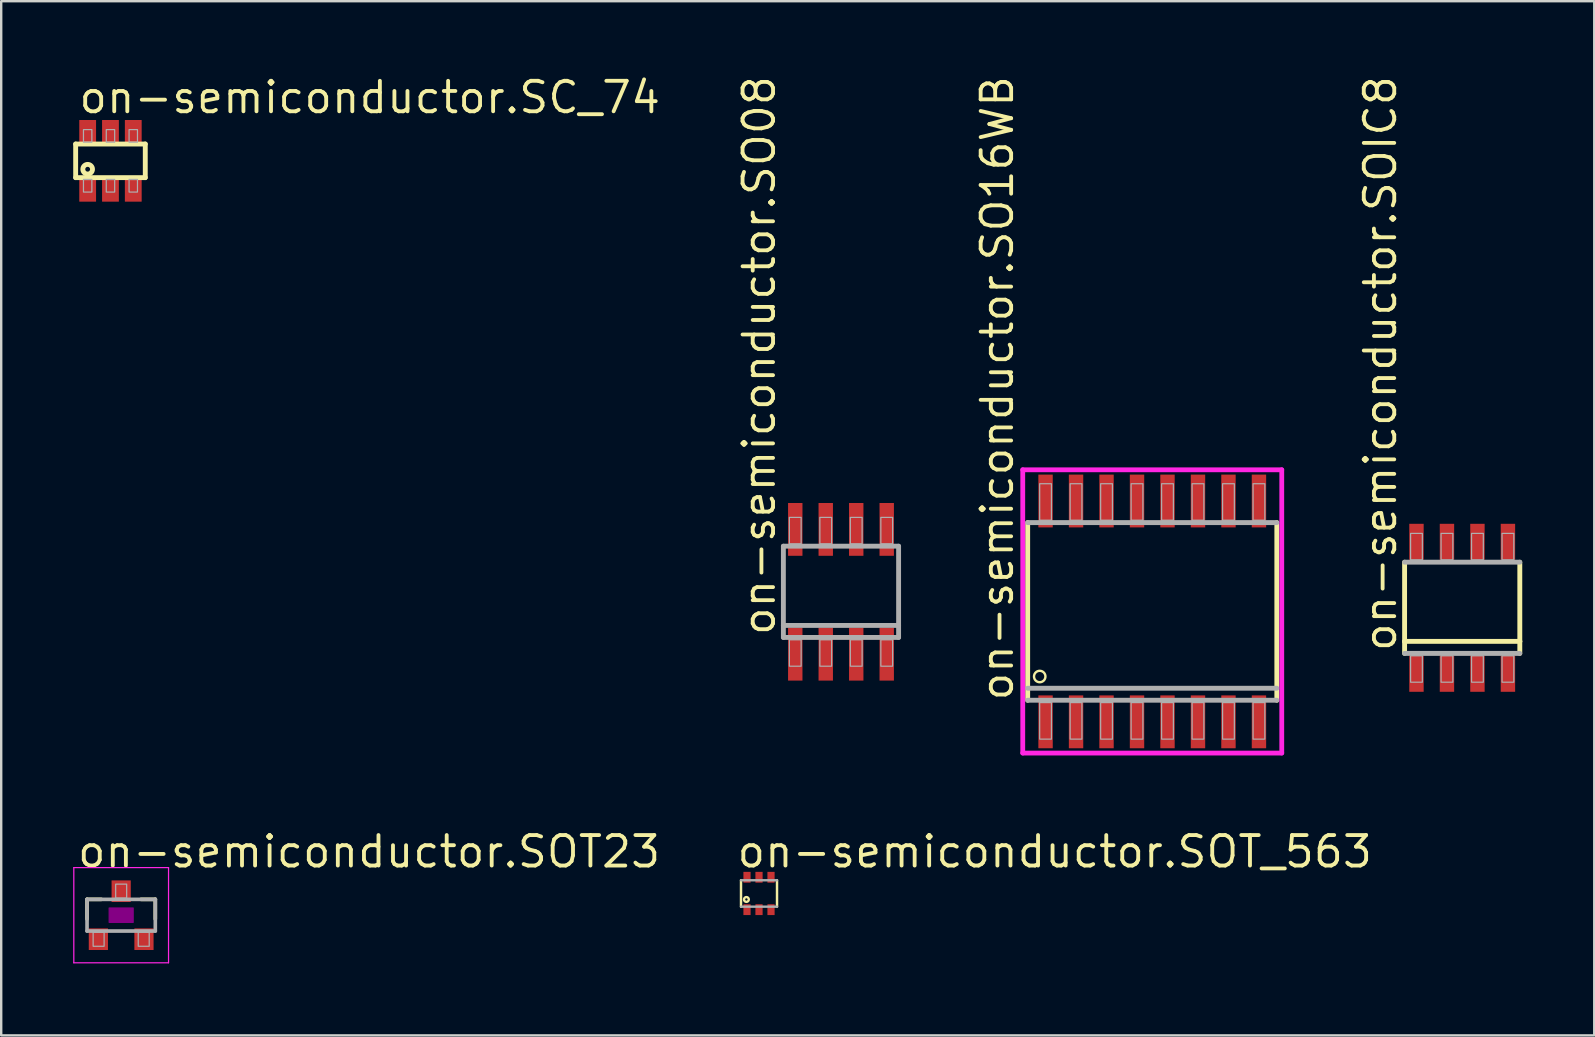
<source format=kicad_pcb>
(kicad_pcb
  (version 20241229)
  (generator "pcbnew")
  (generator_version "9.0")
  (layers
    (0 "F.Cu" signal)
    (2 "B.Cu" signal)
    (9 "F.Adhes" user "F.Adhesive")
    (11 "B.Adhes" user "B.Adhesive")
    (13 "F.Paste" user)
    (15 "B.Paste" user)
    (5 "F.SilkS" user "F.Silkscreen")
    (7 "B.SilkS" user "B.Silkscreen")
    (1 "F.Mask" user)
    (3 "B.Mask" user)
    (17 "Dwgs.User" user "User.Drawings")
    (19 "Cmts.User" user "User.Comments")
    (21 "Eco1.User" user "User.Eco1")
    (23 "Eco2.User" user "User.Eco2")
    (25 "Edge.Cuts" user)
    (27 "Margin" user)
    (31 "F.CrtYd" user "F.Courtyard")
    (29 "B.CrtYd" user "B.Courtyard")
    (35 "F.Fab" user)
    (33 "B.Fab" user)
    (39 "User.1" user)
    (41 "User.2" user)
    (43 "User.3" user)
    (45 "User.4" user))
  (footprint "on-semiconductor.SOIC8"
    (layer "F.Cu")
    (at 57.864 22.27)
    (property "Reference" "on-semiconductor.SOIC8" (at -2.667 1.905 90) (layer "F.SilkS") (effects (font (size 1.27 1.27) (thickness 0.16)) (justify left bottom)))
    (attr smd)
    (fp_line (start -2.4 1.4) (end -2.4 -1.9) (stroke (width 0.203) (type default)) (layer "F.SilkS"))
    (fp_line (start -2.4 1.9) (end -2.4 1.4) (stroke (width 0.203) (type default)) (layer "F.SilkS"))
    (fp_line (start 2.4 -1.9) (end 2.4 1.4) (stroke (width 0.203) (type default)) (layer "F.SilkS"))
    (fp_line (start 2.4 1.4) (end -2.4 1.4) (stroke (width 0.203) (type default)) (layer "F.SilkS"))
    (fp_line (start 2.4 1.4) (end 2.4 1.9) (stroke (width 0.203) (type default)) (layer "F.SilkS"))
    (fp_line (start -2.4 -1.9) (end 2.4 -1.9) (stroke (width 0.203) (type default)) (layer "F.Fab"))
    (fp_line (start 2.4 1.9) (end -2.4 1.9) (stroke (width 0.203) (type default)) (layer "F.Fab"))
    (fp_rect (start -2.15 -2) (end -1.66 -3.1) (stroke (width 0.05) (type default)) (fill no) (layer "F.Fab"))
    (fp_rect (start -2.15 3.1) (end -1.66 2) (stroke (width 0.05) (type default)) (fill no) (layer "F.Fab"))
    (fp_rect (start -0.88 -2) (end -0.39 -3.1) (stroke (width 0.05) (type default)) (fill no) (layer "F.Fab"))
    (fp_rect (start -0.88 3.1) (end -0.39 2) (stroke (width 0.05) (type default)) (fill no) (layer "F.Fab"))
    (fp_rect (start 0.39 -2) (end 0.88 -3.1) (stroke (width 0.05) (type default)) (fill no) (layer "F.Fab"))
    (fp_rect (start 0.39 3.1) (end 0.88 2) (stroke (width 0.05) (type default)) (fill no) (layer "F.Fab"))
    (fp_rect (start 1.66 -2) (end 2.15 -3.1) (stroke (width 0.05) (type default)) (fill no) (layer "F.Fab"))
    (fp_rect (start 1.66 3.1) (end 2.15 2) (stroke (width 0.05) (type default)) (fill no) (layer "F.Fab"))
    (pad "1" smd roundrect (at -1.905 2.75) (size 0.6 1.5) (layers "F.Cu" "F.Mask" "F.Paste") (roundrect_rratio 0.01))
    (pad "2" smd roundrect (at -0.635 2.75) (size 0.6 1.5) (layers "F.Cu" "F.Mask" "F.Paste") (roundrect_rratio 0.01))
    (pad "3" smd roundrect (at 0.635 2.75) (size 0.6 1.5) (layers "F.Cu" "F.Mask" "F.Paste") (roundrect_rratio 0.01))
    (pad "4" smd roundrect (at 1.905 2.75) (size 0.6 1.5) (layers "F.Cu" "F.Mask" "F.Paste") (roundrect_rratio 0.01))
    (pad "5" smd roundrect (at 1.905 -2.75) (size 0.6 1.5) (layers "F.Cu" "F.Mask" "F.Paste") (roundrect_rratio 0.01))
    (pad "6" smd roundrect (at 0.635 -2.75) (size 0.6 1.5) (layers "F.Cu" "F.Mask" "F.Paste") (roundrect_rratio 0.01))
    (pad "7" smd roundrect (at -0.635 -2.75) (size 0.6 1.5) (layers "F.Cu" "F.Mask" "F.Paste") (roundrect_rratio 0.01))
    (pad "8" smd roundrect (at -1.905 -2.75) (size 0.6 1.5) (layers "F.Cu" "F.Mask" "F.Paste") (roundrect_rratio 0.01)))
  (footprint "on-semiconductor.SC_74"
    (layer "F.Cu")
    (at 1.552 3.65)
    (property "Reference" "on-semiconductor.SC_74" (at -1.4 -1.9 0) (layer "F.SilkS") (effects (font (size 1.27 1.27) (thickness 0.16)) (justify left bottom)))
    (attr smd)
    (fp_line (start -1.45 -0.7) (end -1.45 0.7) (stroke (width 0.203) (type default)) (layer "F.SilkS"))
    (fp_line (start -1.45 0.7) (end 1.45 0.7) (stroke (width 0.203) (type default)) (layer "F.SilkS"))
    (fp_line (start 1.45 -0.7) (end -1.45 -0.7) (stroke (width 0.203) (type default)) (layer "F.SilkS"))
    (fp_line (start 1.45 0.7) (end 1.45 -0.7) (stroke (width 0.203) (type default)) (layer "F.SilkS"))
    (fp_circle (center -0.95 0.35) (end -0.85 0.35) (stroke (width 0.203) (type default)) (fill no) (layer "F.SilkS"))
    (fp_rect (start -1.125 -0.775) (end -0.775 -1.3) (stroke (width 0.05) (type default)) (fill no) (layer "F.Fab"))
    (fp_rect (start -1.125 1.3) (end -0.775 0.775) (stroke (width 0.05) (type default)) (fill no) (layer "F.Fab"))
    (fp_rect (start -0.175 -0.775) (end 0.175 -1.3) (stroke (width 0.05) (type default)) (fill no) (layer "F.Fab"))
    (fp_rect (start -0.175 1.3) (end 0.175 0.775) (stroke (width 0.05) (type default)) (fill no) (layer "F.Fab"))
    (fp_rect (start 0.775 -0.775) (end 1.125 -1.3) (stroke (width 0.05) (type default)) (fill no) (layer "F.Fab"))
    (fp_rect (start 0.775 1.3) (end 1.125 0.775) (stroke (width 0.05) (type default)) (fill no) (layer "F.Fab"))
    (pad "1" smd roundrect (at -0.95 1.2) (size 0.7 1) (layers "F.Cu" "F.Mask" "F.Paste") (roundrect_rratio 0.01))
    (pad "2" smd roundrect (at 0 1.2) (size 0.7 1) (layers "F.Cu" "F.Mask" "F.Paste") (roundrect_rratio 0.01))
    (pad "3" smd roundrect (at 0.95 1.2) (size 0.7 1) (layers "F.Cu" "F.Mask" "F.Paste") (roundrect_rratio 0.01))
    (pad "4" smd roundrect (at 0.95 -1.2) (size 0.7 1) (layers "F.Cu" "F.Mask" "F.Paste") (roundrect_rratio 0.01))
    (pad "5" smd roundrect (at 0 -1.2) (size 0.7 1) (layers "F.Cu" "F.Mask" "F.Paste") (roundrect_rratio 0.01))
    (pad "6" smd roundrect (at -0.95 -1.2) (size 0.7 1) (layers "F.Cu" "F.Mask" "F.Paste") (roundrect_rratio 0.01)))
  (footprint "on-semiconductor.SOT23"
    (layer "F.Cu")
    (at 1.998 35.076)
    (property "Reference" "on-semiconductor.SOT23" (at -1.905 -1.905 0) (layer "F.SilkS") (effects (font (size 1.27 1.27) (thickness 0.16)) (justify left bottom)))
    (attr smd)
    (fp_line (start -1.422 -0.66) (end -0.828 -0.66) (stroke (width 0.152) (type default)) (layer "F.SilkS"))
    (fp_line (start -1.422 0.16) (end -1.422 -0.66) (stroke (width 0.152) (type default)) (layer "F.SilkS"))
    (fp_line (start 0.828 -0.66) (end 1.422 -0.66) (stroke (width 0.152) (type default)) (layer "F.SilkS"))
    (fp_line (start 1.422 -0.66) (end 1.422 0.16) (stroke (width 0.152) (type default)) (layer "F.SilkS"))
    (fp_rect (start -0.5 0.3) (end 0.5 -0.3) (stroke (width 0.05) (type default)) (fill yes) (layer "F.Adhes"))
    (fp_line (start -1.973 -1.983) (end 1.973 -1.983) (stroke (width 0.051) (type default)) (layer "F.CrtYd"))
    (fp_line (start -1.973 1.983) (end -1.973 -1.983) (stroke (width 0.051) (type default)) (layer "F.CrtYd"))
    (fp_line (start 1.973 -1.983) (end 1.973 1.983) (stroke (width 0.051) (type default)) (layer "F.CrtYd"))
    (fp_line (start 1.973 1.983) (end -1.973 1.983) (stroke (width 0.051) (type default)) (layer "F.CrtYd"))
    (fp_line (start -1.422 -0.66) (end 1.422 -0.66) (stroke (width 0.152) (type default)) (layer "F.Fab"))
    (fp_line (start -1.422 0.66) (end -1.422 -0.66) (stroke (width 0.152) (type default)) (layer "F.Fab"))
    (fp_line (start 1.422 -0.66) (end 1.422 0.66) (stroke (width 0.152) (type default)) (layer "F.Fab"))
    (fp_line (start 1.422 0.66) (end -1.422 0.66) (stroke (width 0.152) (type default)) (layer "F.Fab"))
    (fp_rect (start -1.168 1.295) (end -0.711 0.711) (stroke (width 0.05) (type default)) (fill no) (layer "F.Fab"))
    (fp_rect (start -0.229 -0.711) (end 0.229 -1.295) (stroke (width 0.05) (type default)) (fill no) (layer "F.Fab"))
    (fp_rect (start 0.711 1.295) (end 1.168 0.711) (stroke (width 0.05) (type default)) (fill no) (layer "F.Fab"))
    (pad "1" smd roundrect (at -0.95 1) (size 0.8 0.9) (layers "F.Cu" "F.Mask" "F.Paste") (roundrect_rratio 0.01))
    (pad "2" smd roundrect (at 0.95 1) (size 0.8 0.9) (layers "F.Cu" "F.Mask" "F.Paste") (roundrect_rratio 0.01))
    (pad "3" smd roundrect (at 0 -1) (size 0.8 0.9) (layers "F.Cu" "F.Mask" "F.Paste") (roundrect_rratio 0.01)))
  (footprint "on-semiconductor.SO16WB"
    (layer "F.Cu")
    (at 44.952 22.421)
    (property "Reference" "on-semiconductor.SO16WB" (at -5.715 3.81 90) (layer "F.SilkS") (effects (font (size 1.27 1.27) (thickness 0.16)) (justify left bottom)))
    (attr smd)
    (fp_line (start -5.19 3.7) (end -5.19 -3.7) (stroke (width 0.203) (type default)) (layer "F.SilkS"))
    (fp_line (start 5.19 -3.7) (end 5.19 3.7) (stroke (width 0.203) (type default)) (layer "F.SilkS"))
    (fp_circle (center -4.688 2.712) (end -4.45 2.712) (stroke (width 0.1) (type default)) (fill no) (layer "F.SilkS"))
    (fp_line (start -5.395 -5.9) (end 5.395 -5.9) (stroke (width 0.2) (type default)) (layer "F.CrtYd"))
    (fp_line (start -5.395 5.9) (end -5.395 -5.9) (stroke (width 0.2) (type default)) (layer "F.CrtYd"))
    (fp_line (start 5.395 -5.9) (end 5.395 5.9) (stroke (width 0.2) (type default)) (layer "F.CrtYd"))
    (fp_line (start 5.395 5.9) (end -5.395 5.9) (stroke (width 0.2) (type default)) (layer "F.CrtYd"))
    (fp_line (start -5.19 -3.7) (end 5.19 -3.7) (stroke (width 0.203) (type default)) (layer "F.Fab"))
    (fp_line (start 5.19 3.2) (end -5.19 3.2) (stroke (width 0.203) (type default)) (layer "F.Fab"))
    (fp_line (start 5.19 3.7) (end -5.19 3.7) (stroke (width 0.203) (type default)) (layer "F.Fab"))
    (fp_rect (start -4.69 -3.8) (end -4.2 -5.32) (stroke (width 0.05) (type default)) (fill no) (layer "F.Fab"))
    (fp_rect (start -4.69 5.32) (end -4.2 3.8) (stroke (width 0.05) (type default)) (fill no) (layer "F.Fab"))
    (fp_rect (start -3.42 -3.8) (end -2.93 -5.32) (stroke (width 0.05) (type default)) (fill no) (layer "F.Fab"))
    (fp_rect (start -3.42 5.32) (end -2.93 3.8) (stroke (width 0.05) (type default)) (fill no) (layer "F.Fab"))
    (fp_rect (start -2.15 -3.8) (end -1.66 -5.32) (stroke (width 0.05) (type default)) (fill no) (layer "F.Fab"))
    (fp_rect (start -2.15 5.32) (end -1.66 3.8) (stroke (width 0.05) (type default)) (fill no) (layer "F.Fab"))
    (fp_rect (start -0.88 -3.8) (end -0.39 -5.32) (stroke (width 0.05) (type default)) (fill no) (layer "F.Fab"))
    (fp_rect (start -0.88 5.32) (end -0.39 3.8) (stroke (width 0.05) (type default)) (fill no) (layer "F.Fab"))
    (fp_rect (start 0.39 -3.8) (end 0.88 -5.32) (stroke (width 0.05) (type default)) (fill no) (layer "F.Fab"))
    (fp_rect (start 0.39 5.32) (end 0.88 3.8) (stroke (width 0.05) (type default)) (fill no) (layer "F.Fab"))
    (fp_rect (start 1.66 -3.8) (end 2.15 -5.32) (stroke (width 0.05) (type default)) (fill no) (layer "F.Fab"))
    (fp_rect (start 1.66 5.32) (end 2.15 3.8) (stroke (width 0.05) (type default)) (fill no) (layer "F.Fab"))
    (fp_rect (start 2.93 -3.8) (end 3.42 -5.32) (stroke (width 0.05) (type default)) (fill no) (layer "F.Fab"))
    (fp_rect (start 2.93 5.32) (end 3.42 3.8) (stroke (width 0.05) (type default)) (fill no) (layer "F.Fab"))
    (fp_rect (start 4.2 -3.8) (end 4.69 -5.32) (stroke (width 0.05) (type default)) (fill no) (layer "F.Fab"))
    (fp_rect (start 4.2 5.32) (end 4.69 3.8) (stroke (width 0.05) (type default)) (fill no) (layer "F.Fab"))
    (pad "1" smd roundrect (at -4.445 4.6) (size 0.6 2.2) (layers "F.Cu" "F.Mask" "F.Paste") (roundrect_rratio 0.01))
    (pad "2" smd roundrect (at -3.175 4.6) (size 0.6 2.2) (layers "F.Cu" "F.Mask" "F.Paste") (roundrect_rratio 0.01))
    (pad "3" smd roundrect (at -1.905 4.6) (size 0.6 2.2) (layers "F.Cu" "F.Mask" "F.Paste") (roundrect_rratio 0.01))
    (pad "4" smd roundrect (at -0.635 4.6) (size 0.6 2.2) (layers "F.Cu" "F.Mask" "F.Paste") (roundrect_rratio 0.01))
    (pad "5" smd roundrect (at 0.635 4.6) (size 0.6 2.2) (layers "F.Cu" "F.Mask" "F.Paste") (roundrect_rratio 0.01))
    (pad "6" smd roundrect (at 1.905 4.6) (size 0.6 2.2) (layers "F.Cu" "F.Mask" "F.Paste") (roundrect_rratio 0.01))
    (pad "7" smd roundrect (at 3.175 4.6) (size 0.6 2.2) (layers "F.Cu" "F.Mask" "F.Paste") (roundrect_rratio 0.01))
    (pad "8" smd roundrect (at 4.445 4.6) (size 0.6 2.2) (layers "F.Cu" "F.Mask" "F.Paste") (roundrect_rratio 0.01))
    (pad "9" smd roundrect (at 4.445 -4.6) (size 0.6 2.2) (layers "F.Cu" "F.Mask" "F.Paste") (roundrect_rratio 0.01))
    (pad "10" smd roundrect (at 3.175 -4.6) (size 0.6 2.2) (layers "F.Cu" "F.Mask" "F.Paste") (roundrect_rratio 0.01))
    (pad "11" smd roundrect (at 1.905 -4.6) (size 0.6 2.2) (layers "F.Cu" "F.Mask" "F.Paste") (roundrect_rratio 0.01))
    (pad "12" smd roundrect (at 0.635 -4.6) (size 0.6 2.2) (layers "F.Cu" "F.Mask" "F.Paste") (roundrect_rratio 0.01))
    (pad "13" smd roundrect (at -0.635 -4.6) (size 0.6 2.2) (layers "F.Cu" "F.Mask" "F.Paste") (roundrect_rratio 0.01))
    (pad "14" smd roundrect (at -1.905 -4.6) (size 0.6 2.2) (layers "F.Cu" "F.Mask" "F.Paste") (roundrect_rratio 0.01))
    (pad "15" smd roundrect (at -3.175 -4.6) (size 0.6 2.2) (layers "F.Cu" "F.Mask" "F.Paste") (roundrect_rratio 0.01))
    (pad "16" smd roundrect (at -4.445 -4.6) (size 0.6 2.2) (layers "F.Cu" "F.Mask" "F.Paste") (roundrect_rratio 0.01)))
  (footprint "on-semiconductor.SO08"
    (layer "F.Cu")
    (at 31.985 21.604)
    (property "Reference" "on-semiconductor.SO08" (at -2.667 1.905 90) (layer "F.SilkS") (effects (font (size 1.27 1.27) (thickness 0.16)) (justify left bottom)))
    (attr smd)
    (fp_line (start -2.4 -1.9) (end 2.4 -1.9) (stroke (width 0.203) (type default)) (layer "F.Fab"))
    (fp_line (start -2.4 1.4) (end -2.4 -1.9) (stroke (width 0.203) (type default)) (layer "F.Fab"))
    (fp_line (start -2.4 1.9) (end -2.4 1.4) (stroke (width 0.203) (type default)) (layer "F.Fab"))
    (fp_line (start 2.4 -1.9) (end 2.4 1.4) (stroke (width 0.203) (type default)) (layer "F.Fab"))
    (fp_line (start 2.4 1.4) (end -2.4 1.4) (stroke (width 0.203) (type default)) (layer "F.Fab"))
    (fp_line (start 2.4 1.4) (end 2.4 1.9) (stroke (width 0.203) (type default)) (layer "F.Fab"))
    (fp_line (start 2.4 1.9) (end -2.4 1.9) (stroke (width 0.203) (type default)) (layer "F.Fab"))
    (fp_rect (start -2.15 -2) (end -1.66 -3.1) (stroke (width 0.05) (type default)) (fill no) (layer "F.Fab"))
    (fp_rect (start -2.15 3.1) (end -1.66 2) (stroke (width 0.05) (type default)) (fill no) (layer "F.Fab"))
    (fp_rect (start -0.88 -2) (end -0.39 -3.1) (stroke (width 0.05) (type default)) (fill no) (layer "F.Fab"))
    (fp_rect (start -0.88 3.1) (end -0.39 2) (stroke (width 0.05) (type default)) (fill no) (layer "F.Fab"))
    (fp_rect (start 0.39 -2) (end 0.88 -3.1) (stroke (width 0.05) (type default)) (fill no) (layer "F.Fab"))
    (fp_rect (start 0.39 3.1) (end 0.88 2) (stroke (width 0.05) (type default)) (fill no) (layer "F.Fab"))
    (fp_rect (start 1.66 -2) (end 2.15 -3.1) (stroke (width 0.05) (type default)) (fill no) (layer "F.Fab"))
    (fp_rect (start 1.66 3.1) (end 2.15 2) (stroke (width 0.05) (type default)) (fill no) (layer "F.Fab"))
    (pad "1" smd roundrect (at -1.905 2.6) (size 0.6 2.2) (layers "F.Cu" "F.Mask" "F.Paste") (roundrect_rratio 0.01))
    (pad "2" smd roundrect (at -0.635 2.6) (size 0.6 2.2) (layers "F.Cu" "F.Mask" "F.Paste") (roundrect_rratio 0.01))
    (pad "3" smd roundrect (at 0.635 2.6) (size 0.6 2.2) (layers "F.Cu" "F.Mask" "F.Paste") (roundrect_rratio 0.01))
    (pad "4" smd roundrect (at 1.905 2.6) (size 0.6 2.2) (layers "F.Cu" "F.Mask" "F.Paste") (roundrect_rratio 0.01))
    (pad "5" smd roundrect (at 1.905 -2.6) (size 0.6 2.2) (layers "F.Cu" "F.Mask" "F.Paste") (roundrect_rratio 0.01))
    (pad "6" smd roundrect (at 0.635 -2.6) (size 0.6 2.2) (layers "F.Cu" "F.Mask" "F.Paste") (roundrect_rratio 0.01))
    (pad "7" smd roundrect (at -0.635 -2.6) (size 0.6 2.2) (layers "F.Cu" "F.Mask" "F.Paste") (roundrect_rratio 0.01))
    (pad "8" smd roundrect (at -1.905 -2.6) (size 0.6 2.2) (layers "F.Cu" "F.Mask" "F.Paste") (roundrect_rratio 0.01)))
  (footprint "on-semiconductor.SOT_563"
    (layer "F.Cu")
    (at 28.57 34.171)
    (property "Reference" "on-semiconductor.SOT_563" (at -1 -1 0) (layer "F.SilkS") (effects (font (size 1.27 1.27) (thickness 0.16)) (justify left bottom)))
    (attr smd)
    (fp_rect (start -0.675 -0.425) (end -0.325 -0.925) (stroke (width 0.05) (type default)) (fill yes) (layer "F.Mask"))
    (fp_rect (start -0.675 0.925) (end -0.325 0.425) (stroke (width 0.05) (type default)) (fill yes) (layer "F.Mask"))
    (fp_rect (start -0.175 -0.425) (end 0.175 -0.925) (stroke (width 0.05) (type default)) (fill yes) (layer "F.Mask"))
    (fp_rect (start -0.175 0.925) (end 0.175 0.425) (stroke (width 0.05) (type default)) (fill yes) (layer "F.Mask"))
    (fp_rect (start 0.325 -0.425) (end 0.675 -0.925) (stroke (width 0.05) (type default)) (fill yes) (layer "F.Mask"))
    (fp_rect (start 0.325 0.925) (end 0.675 0.425) (stroke (width 0.05) (type default)) (fill yes) (layer "F.Mask"))
    (fp_line (start -0.75 -0.55) (end -0.75 0.55) (stroke (width 0.102) (type default)) (layer "F.SilkS"))
    (fp_line (start 0.75 0.55) (end 0.75 -0.55) (stroke (width 0.102) (type default)) (layer "F.SilkS"))
    (fp_circle (center -0.525 0.25) (end -0.425 0.25) (stroke (width 0.1) (type default)) (fill no) (layer "F.SilkS"))
    (fp_rect (start -0.625 -0.475) (end -0.375 -0.875) (stroke (width 0.05) (type default)) (fill yes) (layer "F.Paste"))
    (fp_rect (start -0.625 0.875) (end -0.375 0.475) (stroke (width 0.05) (type default)) (fill yes) (layer "F.Paste"))
    (fp_rect (start -0.125 -0.475) (end 0.125 -0.875) (stroke (width 0.05) (type default)) (fill yes) (layer "F.Paste"))
    (fp_rect (start -0.125 0.875) (end 0.125 0.475) (stroke (width 0.05) (type default)) (fill yes) (layer "F.Paste"))
    (fp_rect (start 0.375 -0.475) (end 0.625 -0.875) (stroke (width 0.05) (type default)) (fill yes) (layer "F.Paste"))
    (fp_rect (start 0.375 0.875) (end 0.625 0.475) (stroke (width 0.05) (type default)) (fill yes) (layer "F.Paste"))
    (fp_line (start -0.75 0.55) (end 0.75 0.55) (stroke (width 0.102) (type default)) (layer "F.Fab"))
    (fp_line (start 0.75 -0.55) (end -0.75 -0.55) (stroke (width 0.102) (type default)) (layer "F.Fab"))
    (pad "1" smd roundrect (at -0.5 0.675) (size 0.3 0.45) (layers "F.Cu" "F.Mask" "F.Paste") (roundrect_rratio 0.01))
    (pad "2" smd roundrect (at 0 0.675) (size 0.3 0.45) (layers "F.Cu" "F.Mask" "F.Paste") (roundrect_rratio 0.01))
    (pad "3" smd roundrect (at 0.5 0.675) (size 0.3 0.45) (layers "F.Cu" "F.Mask" "F.Paste") (roundrect_rratio 0.01))
    (pad "4" smd roundrect (at 0.5 -0.675) (size 0.3 0.45) (layers "F.Cu" "F.Mask" "F.Paste") (roundrect_rratio 0.01))
    (pad "5" smd roundrect (at 0 -0.675) (size 0.3 0.45) (layers "F.Cu" "F.Mask" "F.Paste") (roundrect_rratio 0.01))
    (pad "6" smd roundrect (at -0.5 -0.675) (size 0.3 0.45) (layers "F.Cu" "F.Mask" "F.Paste") (roundrect_rratio 0.01)))
  (gr_rect
    (start -3 -3)
    (end 63.365 40.084)
    (stroke (width 0.1) (type default))
    (fill no)
    (layer "Edge.Cuts")))
</source>
